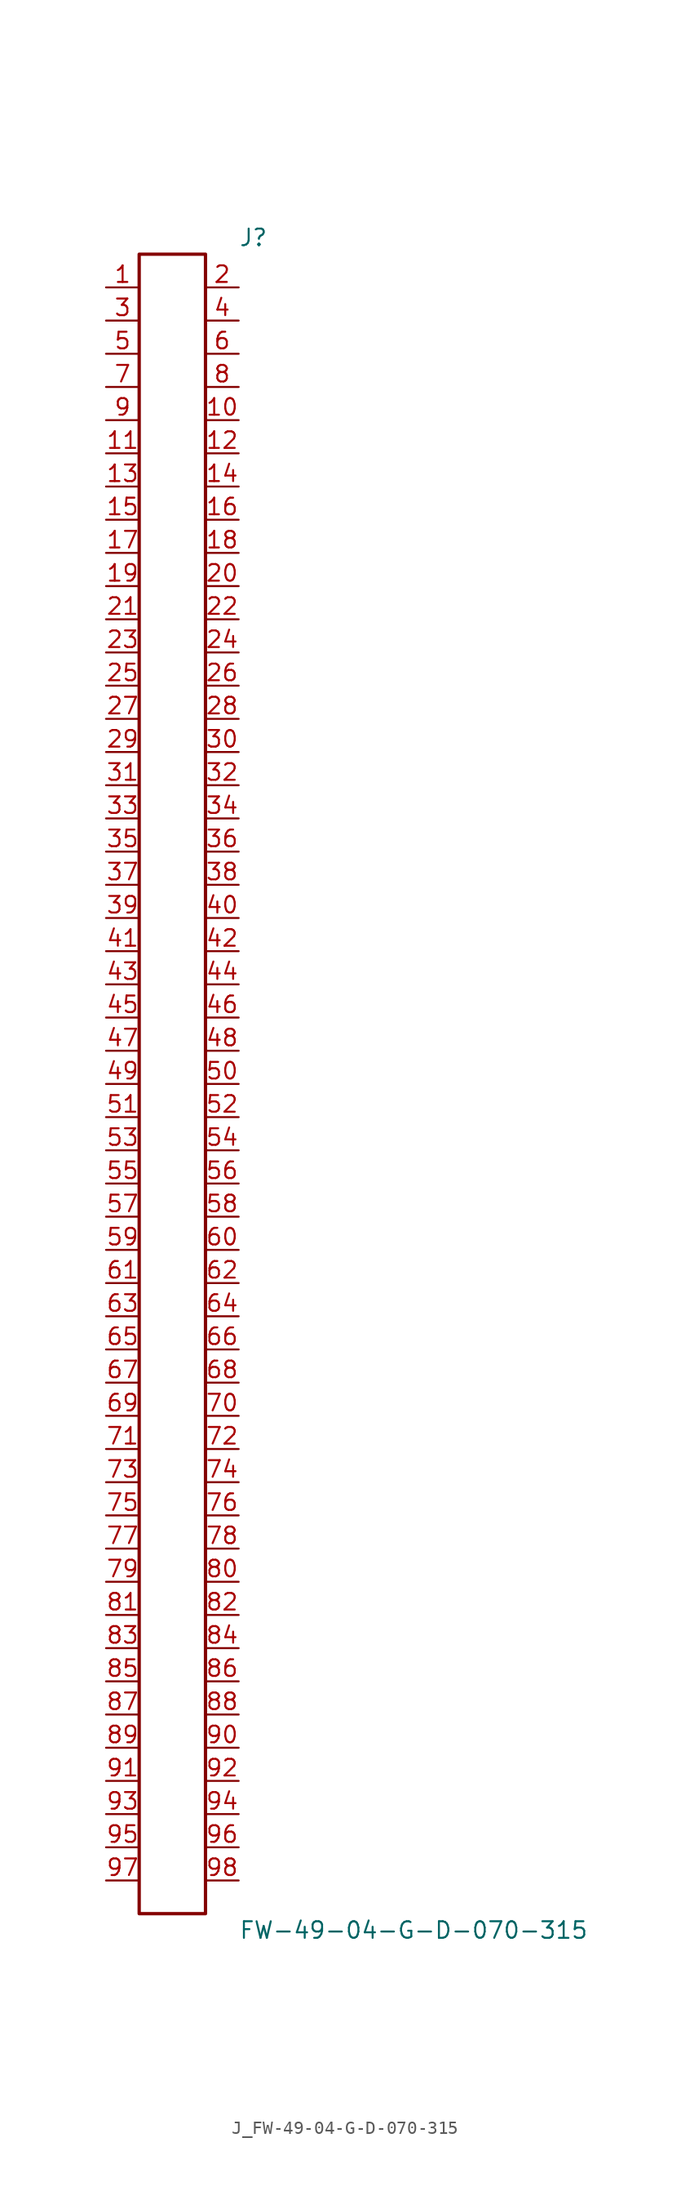
<source format=kicad_sym>
(kicad_symbol_lib
  (version 20231120)
  (generator kicad_symbol_editor)
  (generator_version 8.0)
  (symbol "J_FW-49-04-G-D-070-315"
    (pin_names
      (offset 0.254))
    (property "Reference" "J"
      (at 5.08 64.77 0)
      (effects (font (size 1.27 1.27)) (justify left)))
    (property "Value" "FW-49-04-G-D-070-315"
      (at 5.08 -64.77 0)
      (effects (font (size 1.27 1.27)) (justify left)))
    (symbol "J_FW-49-04-G-D-070-315_0_0"
      (pin passive line (at -5.08 60.96 0) (length 2.54) (name "" (effects (font (size 1.27 1.27)))) (number "1" (effects (font (size 1.27 1.27)))))
      (pin passive line (at 5.08 60.96 180) (length 2.54) (name "" (effects (font (size 1.27 1.27)))) (number "2" (effects (font (size 1.27 1.27)))))
      (pin passive line (at -5.08 58.42 0) (length 2.54) (name "" (effects (font (size 1.27 1.27)))) (number "3" (effects (font (size 1.27 1.27)))))
      (pin passive line (at 5.08 58.42 180) (length 2.54) (name "" (effects (font (size 1.27 1.27)))) (number "4" (effects (font (size 1.27 1.27)))))
      (pin passive line (at -5.08 55.88 0) (length 2.54) (name "" (effects (font (size 1.27 1.27)))) (number "5" (effects (font (size 1.27 1.27)))))
      (pin passive line (at 5.08 55.88 180) (length 2.54) (name "" (effects (font (size 1.27 1.27)))) (number "6" (effects (font (size 1.27 1.27)))))
      (pin passive line (at -5.08 53.34 0) (length 2.54) (name "" (effects (font (size 1.27 1.27)))) (number "7" (effects (font (size 1.27 1.27)))))
      (pin passive line (at 5.08 53.34 180) (length 2.54) (name "" (effects (font (size 1.27 1.27)))) (number "8" (effects (font (size 1.27 1.27)))))
      (pin passive line (at -5.08 50.8 0) (length 2.54) (name "" (effects (font (size 1.27 1.27)))) (number "9" (effects (font (size 1.27 1.27)))))
      (pin passive line (at 5.08 50.8 180) (length 2.54) (name "" (effects (font (size 1.27 1.27)))) (number "10" (effects (font (size 1.27 1.27)))))
      (pin passive line (at -5.08 48.26 0) (length 2.54) (name "" (effects (font (size 1.27 1.27)))) (number "11" (effects (font (size 1.27 1.27)))))
      (pin passive line (at 5.08 48.26 180) (length 2.54) (name "" (effects (font (size 1.27 1.27)))) (number "12" (effects (font (size 1.27 1.27)))))
      (pin passive line (at -5.08 45.72 0) (length 2.54) (name "" (effects (font (size 1.27 1.27)))) (number "13" (effects (font (size 1.27 1.27)))))
      (pin passive line (at 5.08 45.72 180) (length 2.54) (name "" (effects (font (size 1.27 1.27)))) (number "14" (effects (font (size 1.27 1.27)))))
      (pin passive line (at -5.08 43.18 0) (length 2.54) (name "" (effects (font (size 1.27 1.27)))) (number "15" (effects (font (size 1.27 1.27)))))
      (pin passive line (at 5.08 43.18 180) (length 2.54) (name "" (effects (font (size 1.27 1.27)))) (number "16" (effects (font (size 1.27 1.27)))))
      (pin passive line (at -5.08 40.64 0) (length 2.54) (name "" (effects (font (size 1.27 1.27)))) (number "17" (effects (font (size 1.27 1.27)))))
      (pin passive line (at 5.08 40.64 180) (length 2.54) (name "" (effects (font (size 1.27 1.27)))) (number "18" (effects (font (size 1.27 1.27)))))
      (pin passive line (at -5.08 38.1 0) (length 2.54) (name "" (effects (font (size 1.27 1.27)))) (number "19" (effects (font (size 1.27 1.27)))))
      (pin passive line (at 5.08 38.1 180) (length 2.54) (name "" (effects (font (size 1.27 1.27)))) (number "20" (effects (font (size 1.27 1.27)))))
      (pin passive line (at -5.08 35.56 0) (length 2.54) (name "" (effects (font (size 1.27 1.27)))) (number "21" (effects (font (size 1.27 1.27)))))
      (pin passive line (at 5.08 35.56 180) (length 2.54) (name "" (effects (font (size 1.27 1.27)))) (number "22" (effects (font (size 1.27 1.27)))))
      (pin passive line (at -5.08 33.02 0) (length 2.54) (name "" (effects (font (size 1.27 1.27)))) (number "23" (effects (font (size 1.27 1.27)))))
      (pin passive line (at 5.08 33.02 180) (length 2.54) (name "" (effects (font (size 1.27 1.27)))) (number "24" (effects (font (size 1.27 1.27)))))
      (pin passive line (at -5.08 30.48 0) (length 2.54) (name "" (effects (font (size 1.27 1.27)))) (number "25" (effects (font (size 1.27 1.27)))))
      (pin passive line (at 5.08 30.48 180) (length 2.54) (name "" (effects (font (size 1.27 1.27)))) (number "26" (effects (font (size 1.27 1.27)))))
      (pin passive line (at -5.08 27.94 0) (length 2.54) (name "" (effects (font (size 1.27 1.27)))) (number "27" (effects (font (size 1.27 1.27)))))
      (pin passive line (at 5.08 27.94 180) (length 2.54) (name "" (effects (font (size 1.27 1.27)))) (number "28" (effects (font (size 1.27 1.27)))))
      (pin passive line (at -5.08 25.4 0) (length 2.54) (name "" (effects (font (size 1.27 1.27)))) (number "29" (effects (font (size 1.27 1.27)))))
      (pin passive line (at 5.08 25.4 180) (length 2.54) (name "" (effects (font (size 1.27 1.27)))) (number "30" (effects (font (size 1.27 1.27)))))
      (pin passive line (at -5.08 22.86 0) (length 2.54) (name "" (effects (font (size 1.27 1.27)))) (number "31" (effects (font (size 1.27 1.27)))))
      (pin passive line (at 5.08 22.86 180) (length 2.54) (name "" (effects (font (size 1.27 1.27)))) (number "32" (effects (font (size 1.27 1.27)))))
      (pin passive line (at -5.08 20.32 0) (length 2.54) (name "" (effects (font (size 1.27 1.27)))) (number "33" (effects (font (size 1.27 1.27)))))
      (pin passive line (at 5.08 20.32 180) (length 2.54) (name "" (effects (font (size 1.27 1.27)))) (number "34" (effects (font (size 1.27 1.27)))))
      (pin passive line (at -5.08 17.78 0) (length 2.54) (name "" (effects (font (size 1.27 1.27)))) (number "35" (effects (font (size 1.27 1.27)))))
      (pin passive line (at 5.08 17.78 180) (length 2.54) (name "" (effects (font (size 1.27 1.27)))) (number "36" (effects (font (size 1.27 1.27)))))
      (pin passive line (at -5.08 15.24 0) (length 2.54) (name "" (effects (font (size 1.27 1.27)))) (number "37" (effects (font (size 1.27 1.27)))))
      (pin passive line (at 5.08 15.24 180) (length 2.54) (name "" (effects (font (size 1.27 1.27)))) (number "38" (effects (font (size 1.27 1.27)))))
      (pin passive line (at -5.08 12.7 0) (length 2.54) (name "" (effects (font (size 1.27 1.27)))) (number "39" (effects (font (size 1.27 1.27)))))
      (pin passive line (at 5.08 12.7 180) (length 2.54) (name "" (effects (font (size 1.27 1.27)))) (number "40" (effects (font (size 1.27 1.27)))))
      (pin passive line (at -5.08 10.16 0) (length 2.54) (name "" (effects (font (size 1.27 1.27)))) (number "41" (effects (font (size 1.27 1.27)))))
      (pin passive line (at 5.08 10.16 180) (length 2.54) (name "" (effects (font (size 1.27 1.27)))) (number "42" (effects (font (size 1.27 1.27)))))
      (pin passive line (at -5.08 7.62 0) (length 2.54) (name "" (effects (font (size 1.27 1.27)))) (number "43" (effects (font (size 1.27 1.27)))))
      (pin passive line (at 5.08 7.62 180) (length 2.54) (name "" (effects (font (size 1.27 1.27)))) (number "44" (effects (font (size 1.27 1.27)))))
      (pin passive line (at -5.08 5.08 0) (length 2.54) (name "" (effects (font (size 1.27 1.27)))) (number "45" (effects (font (size 1.27 1.27)))))
      (pin passive line (at 5.08 5.08 180) (length 2.54) (name "" (effects (font (size 1.27 1.27)))) (number "46" (effects (font (size 1.27 1.27)))))
      (pin passive line (at -5.08 2.54 0) (length 2.54) (name "" (effects (font (size 1.27 1.27)))) (number "47" (effects (font (size 1.27 1.27)))))
      (pin passive line (at 5.08 2.54 180) (length 2.54) (name "" (effects (font (size 1.27 1.27)))) (number "48" (effects (font (size 1.27 1.27)))))
      (pin passive line (at -5.08 0.0 0) (length 2.54) (name "" (effects (font (size 1.27 1.27)))) (number "49" (effects (font (size 1.27 1.27)))))
      (pin passive line (at 5.08 0.0 180) (length 2.54) (name "" (effects (font (size 1.27 1.27)))) (number "50" (effects (font (size 1.27 1.27)))))
      (pin passive line (at -5.08 -2.54 0) (length 2.54) (name "" (effects (font (size 1.27 1.27)))) (number "51" (effects (font (size 1.27 1.27)))))
      (pin passive line (at 5.08 -2.54 180) (length 2.54) (name "" (effects (font (size 1.27 1.27)))) (number "52" (effects (font (size 1.27 1.27)))))
      (pin passive line (at -5.08 -5.08 0) (length 2.54) (name "" (effects (font (size 1.27 1.27)))) (number "53" (effects (font (size 1.27 1.27)))))
      (pin passive line (at 5.08 -5.08 180) (length 2.54) (name "" (effects (font (size 1.27 1.27)))) (number "54" (effects (font (size 1.27 1.27)))))
      (pin passive line (at -5.08 -7.62 0) (length 2.54) (name "" (effects (font (size 1.27 1.27)))) (number "55" (effects (font (size 1.27 1.27)))))
      (pin passive line (at 5.08 -7.62 180) (length 2.54) (name "" (effects (font (size 1.27 1.27)))) (number "56" (effects (font (size 1.27 1.27)))))
      (pin passive line (at -5.08 -10.16 0) (length 2.54) (name "" (effects (font (size 1.27 1.27)))) (number "57" (effects (font (size 1.27 1.27)))))
      (pin passive line (at 5.08 -10.16 180) (length 2.54) (name "" (effects (font (size 1.27 1.27)))) (number "58" (effects (font (size 1.27 1.27)))))
      (pin passive line (at -5.08 -12.7 0) (length 2.54) (name "" (effects (font (size 1.27 1.27)))) (number "59" (effects (font (size 1.27 1.27)))))
      (pin passive line (at 5.08 -12.7 180) (length 2.54) (name "" (effects (font (size 1.27 1.27)))) (number "60" (effects (font (size 1.27 1.27)))))
      (pin passive line (at -5.08 -15.24 0) (length 2.54) (name "" (effects (font (size 1.27 1.27)))) (number "61" (effects (font (size 1.27 1.27)))))
      (pin passive line (at 5.08 -15.24 180) (length 2.54) (name "" (effects (font (size 1.27 1.27)))) (number "62" (effects (font (size 1.27 1.27)))))
      (pin passive line (at -5.08 -17.78 0) (length 2.54) (name "" (effects (font (size 1.27 1.27)))) (number "63" (effects (font (size 1.27 1.27)))))
      (pin passive line (at 5.08 -17.78 180) (length 2.54) (name "" (effects (font (size 1.27 1.27)))) (number "64" (effects (font (size 1.27 1.27)))))
      (pin passive line (at -5.08 -20.32 0) (length 2.54) (name "" (effects (font (size 1.27 1.27)))) (number "65" (effects (font (size 1.27 1.27)))))
      (pin passive line (at 5.08 -20.32 180) (length 2.54) (name "" (effects (font (size 1.27 1.27)))) (number "66" (effects (font (size 1.27 1.27)))))
      (pin passive line (at -5.08 -22.86 0) (length 2.54) (name "" (effects (font (size 1.27 1.27)))) (number "67" (effects (font (size 1.27 1.27)))))
      (pin passive line (at 5.08 -22.86 180) (length 2.54) (name "" (effects (font (size 1.27 1.27)))) (number "68" (effects (font (size 1.27 1.27)))))
      (pin passive line (at -5.08 -25.4 0) (length 2.54) (name "" (effects (font (size 1.27 1.27)))) (number "69" (effects (font (size 1.27 1.27)))))
      (pin passive line (at 5.08 -25.4 180) (length 2.54) (name "" (effects (font (size 1.27 1.27)))) (number "70" (effects (font (size 1.27 1.27)))))
      (pin passive line (at -5.08 -27.94 0) (length 2.54) (name "" (effects (font (size 1.27 1.27)))) (number "71" (effects (font (size 1.27 1.27)))))
      (pin passive line (at 5.08 -27.94 180) (length 2.54) (name "" (effects (font (size 1.27 1.27)))) (number "72" (effects (font (size 1.27 1.27)))))
      (pin passive line (at -5.08 -30.48 0) (length 2.54) (name "" (effects (font (size 1.27 1.27)))) (number "73" (effects (font (size 1.27 1.27)))))
      (pin passive line (at 5.08 -30.48 180) (length 2.54) (name "" (effects (font (size 1.27 1.27)))) (number "74" (effects (font (size 1.27 1.27)))))
      (pin passive line (at -5.08 -33.02 0) (length 2.54) (name "" (effects (font (size 1.27 1.27)))) (number "75" (effects (font (size 1.27 1.27)))))
      (pin passive line (at 5.08 -33.02 180) (length 2.54) (name "" (effects (font (size 1.27 1.27)))) (number "76" (effects (font (size 1.27 1.27)))))
      (pin passive line (at -5.08 -35.56 0) (length 2.54) (name "" (effects (font (size 1.27 1.27)))) (number "77" (effects (font (size 1.27 1.27)))))
      (pin passive line (at 5.08 -35.56 180) (length 2.54) (name "" (effects (font (size 1.27 1.27)))) (number "78" (effects (font (size 1.27 1.27)))))
      (pin passive line (at -5.08 -38.1 0) (length 2.54) (name "" (effects (font (size 1.27 1.27)))) (number "79" (effects (font (size 1.27 1.27)))))
      (pin passive line (at 5.08 -38.1 180) (length 2.54) (name "" (effects (font (size 1.27 1.27)))) (number "80" (effects (font (size 1.27 1.27)))))
      (pin passive line (at -5.08 -40.64 0) (length 2.54) (name "" (effects (font (size 1.27 1.27)))) (number "81" (effects (font (size 1.27 1.27)))))
      (pin passive line (at 5.08 -40.64 180) (length 2.54) (name "" (effects (font (size 1.27 1.27)))) (number "82" (effects (font (size 1.27 1.27)))))
      (pin passive line (at -5.08 -43.18 0) (length 2.54) (name "" (effects (font (size 1.27 1.27)))) (number "83" (effects (font (size 1.27 1.27)))))
      (pin passive line (at 5.08 -43.18 180) (length 2.54) (name "" (effects (font (size 1.27 1.27)))) (number "84" (effects (font (size 1.27 1.27)))))
      (pin passive line (at -5.08 -45.72 0) (length 2.54) (name "" (effects (font (size 1.27 1.27)))) (number "85" (effects (font (size 1.27 1.27)))))
      (pin passive line (at 5.08 -45.72 180) (length 2.54) (name "" (effects (font (size 1.27 1.27)))) (number "86" (effects (font (size 1.27 1.27)))))
      (pin passive line (at -5.08 -48.26 0) (length 2.54) (name "" (effects (font (size 1.27 1.27)))) (number "87" (effects (font (size 1.27 1.27)))))
      (pin passive line (at 5.08 -48.26 180) (length 2.54) (name "" (effects (font (size 1.27 1.27)))) (number "88" (effects (font (size 1.27 1.27)))))
      (pin passive line (at -5.08 -50.8 0) (length 2.54) (name "" (effects (font (size 1.27 1.27)))) (number "89" (effects (font (size 1.27 1.27)))))
      (pin passive line (at 5.08 -50.8 180) (length 2.54) (name "" (effects (font (size 1.27 1.27)))) (number "90" (effects (font (size 1.27 1.27)))))
      (pin passive line (at -5.08 -53.34 0) (length 2.54) (name "" (effects (font (size 1.27 1.27)))) (number "91" (effects (font (size 1.27 1.27)))))
      (pin passive line (at 5.08 -53.34 180) (length 2.54) (name "" (effects (font (size 1.27 1.27)))) (number "92" (effects (font (size 1.27 1.27)))))
      (pin passive line (at -5.08 -55.88 0) (length 2.54) (name "" (effects (font (size 1.27 1.27)))) (number "93" (effects (font (size 1.27 1.27)))))
      (pin passive line (at 5.08 -55.88 180) (length 2.54) (name "" (effects (font (size 1.27 1.27)))) (number "94" (effects (font (size 1.27 1.27)))))
      (pin passive line (at -5.08 -58.42 0) (length 2.54) (name "" (effects (font (size 1.27 1.27)))) (number "95" (effects (font (size 1.27 1.27)))))
      (pin passive line (at 5.08 -58.42 180) (length 2.54) (name "" (effects (font (size 1.27 1.27)))) (number "96" (effects (font (size 1.27 1.27)))))
      (pin passive line (at -5.08 -60.96 0) (length 2.54) (name "" (effects (font (size 1.27 1.27)))) (number "97" (effects (font (size 1.27 1.27)))))
      (pin passive line (at 5.08 -60.96 180) (length 2.54) (name "" (effects (font (size 1.27 1.27)))) (number "98" (effects (font (size 1.27 1.27))))))
    (symbol "J_FW-49-04-G-D-070-315_1_0"
      (rectangle (start -2.54 63.5) (end 2.54 -63.5) (stroke (width 0.254) (type solid)) (fill (type none))))))
</source>
